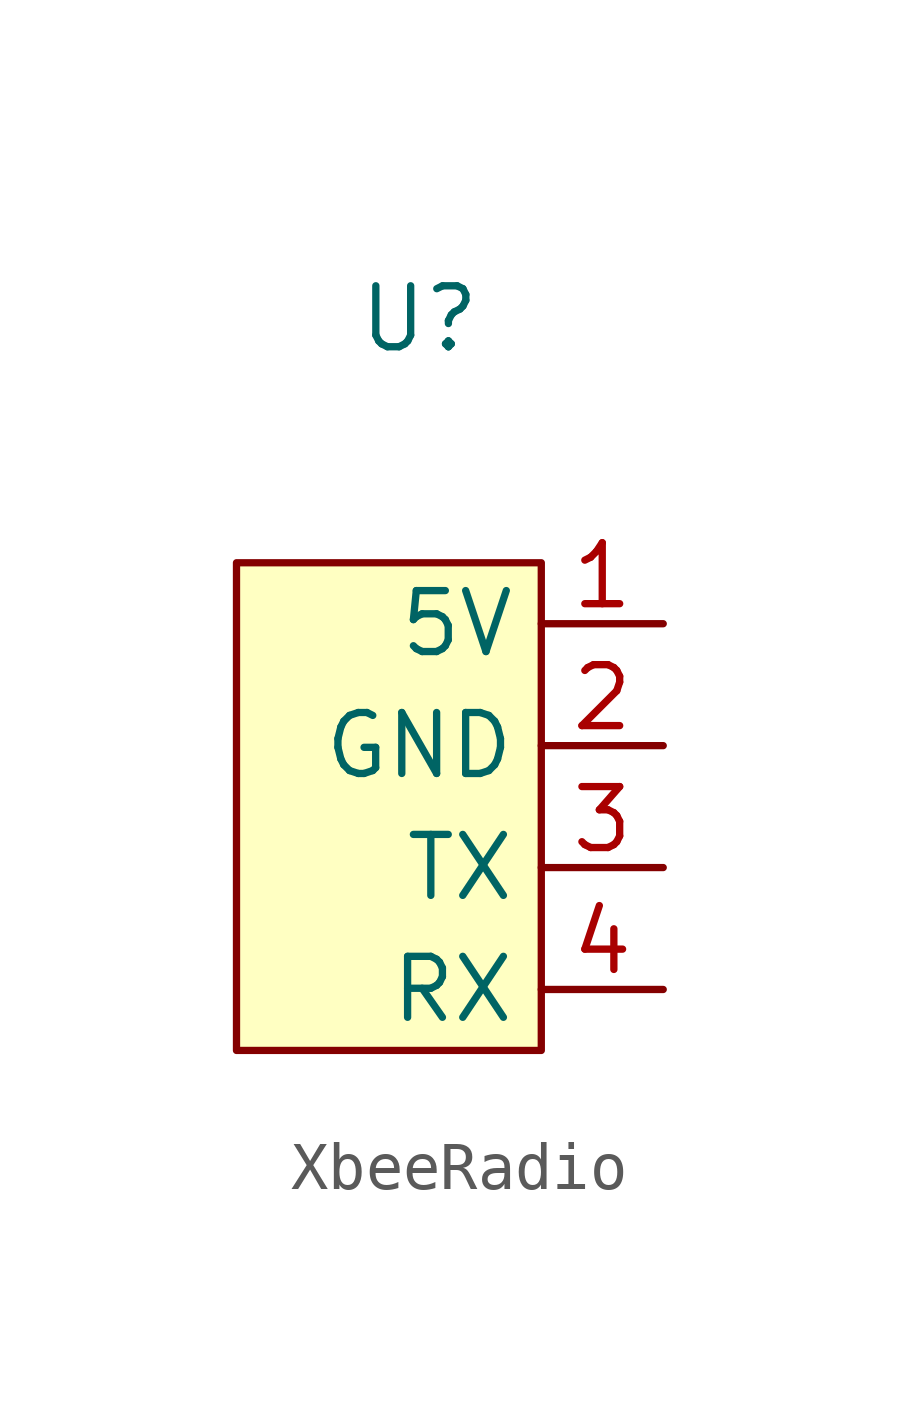
<source format=kicad_sym>
(kicad_symbol_lib
  (version 20231120)
  (generator "kicad_symbol_editor")
  (generator_version "8.0")
  (symbol "XbeeRadio"
    (property "Reference" "U"
      (at 0 8.89 0)
      (effects (font (size 1.27 1.27))))
    (property "Value" ""
      (at 0 0 0)
      (effects (font (size 1.27 1.27))))
    (symbol "XbeeRadio_1_1"
      (rectangle (start -3.81 3.81) (end 2.54 -6.35) (stroke (width 0) (type default)) (fill (type background)))
      (pin input line (at 5.08 2.54 180) (length 2.54) (name "5V" (effects (font (size 1.27 1.27)))) (number "1" (effects (font (size 1.27 1.27)))))
      (pin input line (at 5.08 0 180) (length 2.54) (name "GND" (effects (font (size 1.27 1.27)))) (number "2" (effects (font (size 1.27 1.27)))))
      (pin input line (at 5.08 -2.54 180) (length 2.54) (name "TX" (effects (font (size 1.27 1.27)))) (number "3" (effects (font (size 1.27 1.27)))))
      (pin input line (at 5.08 -5.08 180) (length 2.54) (name "RX" (effects (font (size 1.27 1.27)))) (number "4" (effects (font (size 1.27 1.27))))))))
</source>
